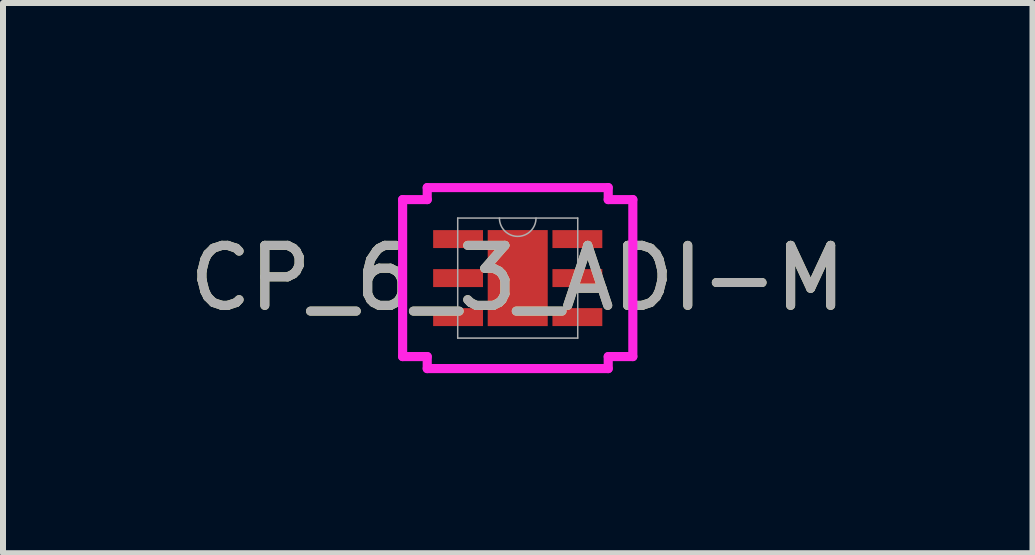
<source format=kicad_pcb>
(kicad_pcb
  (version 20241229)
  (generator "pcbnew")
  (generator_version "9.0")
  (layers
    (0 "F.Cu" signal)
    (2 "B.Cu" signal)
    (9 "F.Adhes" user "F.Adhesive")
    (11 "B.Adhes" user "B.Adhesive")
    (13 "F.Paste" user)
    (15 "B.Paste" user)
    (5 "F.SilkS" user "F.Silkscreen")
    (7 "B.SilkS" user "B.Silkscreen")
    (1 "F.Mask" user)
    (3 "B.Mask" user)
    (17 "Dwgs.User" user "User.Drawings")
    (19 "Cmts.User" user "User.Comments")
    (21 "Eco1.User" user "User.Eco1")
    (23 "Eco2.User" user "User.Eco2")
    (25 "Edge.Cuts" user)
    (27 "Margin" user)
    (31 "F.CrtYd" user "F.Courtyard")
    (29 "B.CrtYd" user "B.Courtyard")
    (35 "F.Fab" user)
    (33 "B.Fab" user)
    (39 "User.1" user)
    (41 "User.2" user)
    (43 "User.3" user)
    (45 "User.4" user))
  (footprint "CP_6_3_ADI-M"
    (layer "F.Cu")
    (at 5.577 1.584)
    (property "Reference" "CP_6_3_ADI-M" (at 0 0 0) (unlocked yes) (layer "F.SilkS") (effects (font (size 1 1) (thickness 0.15))))
    (attr smd)
    (fp_line (start -1.918 -1.308) (end -1.508 -1.308) (stroke (width 0.152) (type solid)) (layer "F.CrtYd"))
    (fp_line (start -1.918 1.308) (end -1.918 -1.308) (stroke (width 0.152) (type solid)) (layer "F.CrtYd"))
    (fp_line (start -1.918 1.308) (end -1.508 1.308) (stroke (width 0.152) (type solid)) (layer "F.CrtYd"))
    (fp_line (start -1.508 -1.508) (end 1.508 -1.508) (stroke (width 0.152) (type solid)) (layer "F.CrtYd"))
    (fp_line (start -1.508 -1.308) (end -1.508 -1.508) (stroke (width 0.152) (type solid)) (layer "F.CrtYd"))
    (fp_line (start -1.508 1.508) (end -1.508 1.308) (stroke (width 0.152) (type solid)) (layer "F.CrtYd"))
    (fp_line (start 1.508 -1.508) (end 1.508 -1.308) (stroke (width 0.152) (type solid)) (layer "F.CrtYd"))
    (fp_line (start 1.508 1.308) (end 1.508 1.508) (stroke (width 0.152) (type solid)) (layer "F.CrtYd"))
    (fp_line (start 1.508 1.508) (end -1.508 1.508) (stroke (width 0.152) (type solid)) (layer "F.CrtYd"))
    (fp_line (start 1.918 -1.308) (end 1.508 -1.308) (stroke (width 0.152) (type solid)) (layer "F.CrtYd"))
    (fp_line (start 1.918 -1.308) (end 1.918 1.308) (stroke (width 0.152) (type solid)) (layer "F.CrtYd"))
    (fp_line (start 1.918 1.308) (end 1.508 1.308) (stroke (width 0.152) (type solid)) (layer "F.CrtYd"))
    (fp_line (start -1 -1) (end -1 1) (stroke (width 0.025) (type solid)) (layer "F.Fab"))
    (fp_line (start -1 1) (end 1 1) (stroke (width 0.025) (type solid)) (layer "F.Fab"))
    (fp_line (start 1 -1) (end -1 -1) (stroke (width 0.025) (type solid)) (layer "F.Fab"))
    (fp_line (start 1 1) (end 1 -1) (stroke (width 0.025) (type solid)) (layer "F.Fab"))
    (fp_arc (start 0.3048 -1) (mid 0 -0.6952) (end -0.3048 -1) (stroke (width 0.0254) (type solid)) (layer "F.Fab"))
    (fp_text user "${REFERENCE}" (at 0 0 0) (unlocked yes) (layer "F.Fab") (effects (font (size 1 1) (thickness 0.15))))
    (pad "1" smd rect (at -0.994 -0.65) (size 0.831 0.299) (layers "F.Cu" "F.Mask" "F.Paste"))
    (pad "2" smd rect (at -0.994 0) (size 0.831 0.299) (layers "F.Cu" "F.Mask" "F.Paste"))
    (pad "3" smd rect (at -0.994 0.65) (size 0.831 0.299) (layers "F.Cu" "F.Mask" "F.Paste"))
    (pad "4" smd rect (at 0.994 0.65) (size 0.831 0.299) (layers "F.Cu" "F.Mask" "F.Paste"))
    (pad "5" smd rect (at 0.994 0) (size 0.831 0.299) (layers "F.Cu" "F.Mask" "F.Paste"))
    (pad "6" smd rect (at 0.994 -0.65) (size 0.831 0.299) (layers "F.Cu" "F.Mask" "F.Paste"))
    (pad "7" smd rect (at 0 0) (size 1 1.6) (layers "F.Cu" "F.Mask" "F.Paste")))
  (gr_rect
    (start -3 -3)
    (end 14.155 6.168)
    (stroke (width 0.1) (type default))
    (fill no)
    (layer "Edge.Cuts")))
</source>
